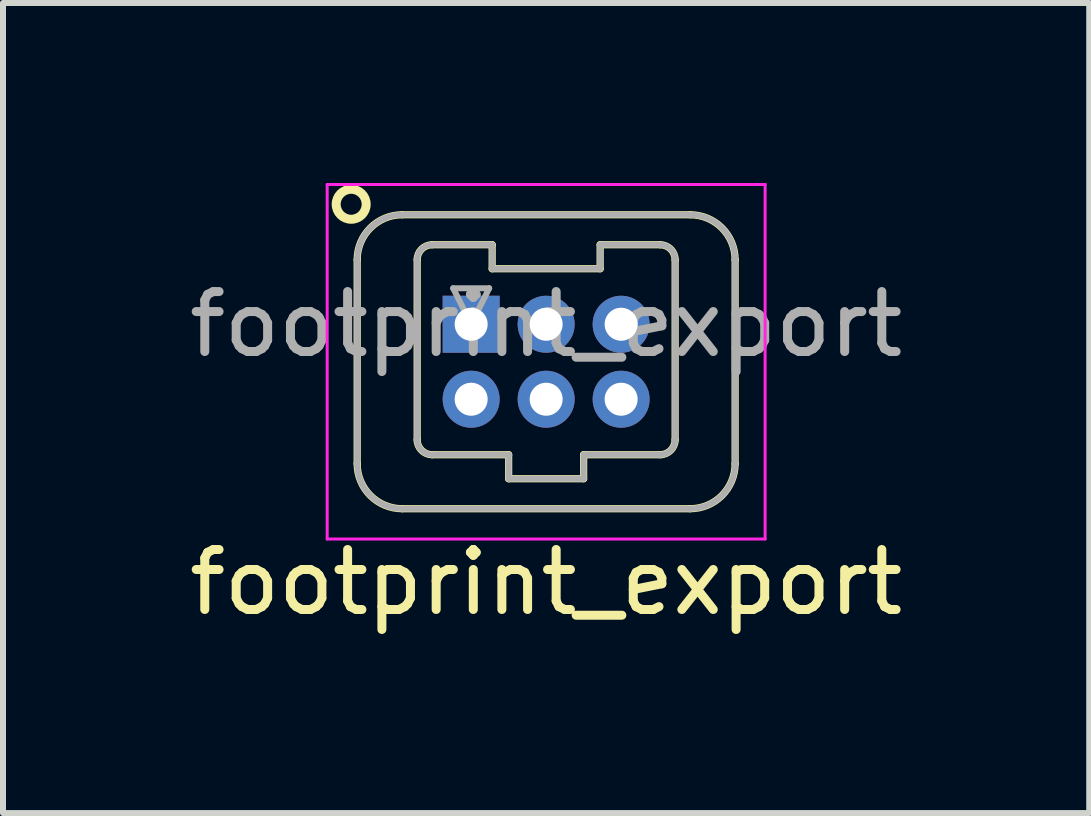
<source format=kicad_pcb>
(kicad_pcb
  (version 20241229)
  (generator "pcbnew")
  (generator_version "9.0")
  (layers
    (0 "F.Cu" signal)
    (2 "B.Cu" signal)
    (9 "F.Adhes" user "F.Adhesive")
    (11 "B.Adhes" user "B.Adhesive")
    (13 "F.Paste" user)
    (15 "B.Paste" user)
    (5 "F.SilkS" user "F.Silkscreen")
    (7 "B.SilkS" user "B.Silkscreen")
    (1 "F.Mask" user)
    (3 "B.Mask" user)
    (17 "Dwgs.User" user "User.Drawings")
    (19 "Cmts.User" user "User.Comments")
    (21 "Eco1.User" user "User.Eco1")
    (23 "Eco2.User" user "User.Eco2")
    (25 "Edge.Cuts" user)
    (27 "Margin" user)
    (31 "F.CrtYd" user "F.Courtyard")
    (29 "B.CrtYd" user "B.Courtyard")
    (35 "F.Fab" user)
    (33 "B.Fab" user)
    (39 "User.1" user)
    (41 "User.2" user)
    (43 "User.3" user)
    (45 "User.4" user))
  (footprint "footprint_export"
    (layer "F.Cu")
    (at 4.804 2.355)
    (property "Reference" "footprint_export" (at 1.25 4.3 0) (layer "F.SilkS") (effects (font (size 1 1) (thickness 0.15))))
    (attr through_hole)
    (fp_line (start -1.9 -1.075) (end -1.9 2.325) (stroke (width 0.12) (type solid)) (layer "F.SilkS"))
    (fp_line (start -1.15 -1.825) (end 3.65 -1.825) (stroke (width 0.12) (type solid)) (layer "F.SilkS"))
    (fp_line (start -1.15 3.075) (end 3.65 3.075) (stroke (width 0.12) (type solid)) (layer "F.SilkS"))
    (fp_line (start -0.9 -1.075) (end -0.9 1.925) (stroke (width 0.12) (type solid)) (layer "F.SilkS"))
    (fp_line (start -0.65 -1.325) (end 0.35 -1.325) (stroke (width 0.12) (type solid)) (layer "F.SilkS"))
    (fp_line (start -0.65 2.175) (end 0.625 2.175) (stroke (width 0.12) (type solid)) (layer "F.SilkS"))
    (fp_line (start 0.35 -1.325) (end 0.35 -0.925) (stroke (width 0.12) (type solid)) (layer "F.SilkS"))
    (fp_line (start 0.35 -0.925) (end 2.15 -0.925) (stroke (width 0.12) (type solid)) (layer "F.SilkS"))
    (fp_line (start 0.625 2.175) (end 0.625 2.575) (stroke (width 0.12) (type solid)) (layer "F.SilkS"))
    (fp_line (start 0.625 2.575) (end 1.875 2.575) (stroke (width 0.12) (type solid)) (layer "F.SilkS"))
    (fp_line (start 1.875 2.175) (end 3.15 2.175) (stroke (width 0.12) (type solid)) (layer "F.SilkS"))
    (fp_line (start 1.875 2.575) (end 1.875 2.175) (stroke (width 0.12) (type solid)) (layer "F.SilkS"))
    (fp_line (start 2.15 -1.325) (end 3.15 -1.325) (stroke (width 0.12) (type solid)) (layer "F.SilkS"))
    (fp_line (start 2.15 -0.925) (end 2.15 -1.325) (stroke (width 0.12) (type solid)) (layer "F.SilkS"))
    (fp_line (start 3.4 -1.075) (end 3.4 1.925) (stroke (width 0.12) (type solid)) (layer "F.SilkS"))
    (fp_line (start 4.4 -1.075) (end 4.4 2.325) (stroke (width 0.12) (type solid)) (layer "F.SilkS"))
    (fp_arc (start -1.9 -1.075) (mid -1.68033 -1.60533) (end -1.15 -1.825) (stroke (width 0.12) (type solid)) (layer "F.SilkS"))
    (fp_arc (start -1.15 3.075) (mid -1.68033 2.85533) (end -1.9 2.325) (stroke (width 0.12) (type solid)) (layer "F.SilkS"))
    (fp_arc (start -0.9 -1.075) (mid -0.826777 -1.251777) (end -0.65 -1.325) (stroke (width 0.12) (type solid)) (layer "F.SilkS"))
    (fp_arc (start -0.65 2.175) (mid -0.826777 2.101777) (end -0.9 1.925) (stroke (width 0.12) (type solid)) (layer "F.SilkS"))
    (fp_arc (start 3.15 -1.325) (mid 3.326777 -1.251777) (end 3.4 -1.075) (stroke (width 0.12) (type solid)) (layer "F.SilkS"))
    (fp_arc (start 3.4 1.925) (mid 3.326777 2.101777) (end 3.15 2.175) (stroke (width 0.12) (type solid)) (layer "F.SilkS"))
    (fp_arc (start 3.65 -1.825) (mid 4.18033 -1.60533) (end 4.4 -1.075) (stroke (width 0.12) (type solid)) (layer "F.SilkS"))
    (fp_arc (start 4.4 2.325) (mid 4.18033 2.85533) (end 3.65 3.075) (stroke (width 0.12) (type solid)) (layer "F.SilkS"))
    (fp_circle (center -2 -2) (end -1.75 -2) (stroke (width 0.15) (type solid)) (fill no) (layer "F.SilkS"))
    (fp_line (start -2.4 -2.33) (end -2.4 3.58) (stroke (width 0.05) (type solid)) (layer "F.CrtYd"))
    (fp_line (start -2.4 3.58) (end 4.9 3.58) (stroke (width 0.05) (type solid)) (layer "F.CrtYd"))
    (fp_line (start 4.9 -2.33) (end -2.4 -2.33) (stroke (width 0.05) (type solid)) (layer "F.CrtYd"))
    (fp_line (start 4.9 3.58) (end 4.9 -2.33) (stroke (width 0.05) (type solid)) (layer "F.CrtYd"))
    (fp_line (start -1.9 -1.075) (end -1.9 2.325) (stroke (width 0.1) (type solid)) (layer "F.Fab"))
    (fp_line (start -1.15 -1.825) (end 3.65 -1.825) (stroke (width 0.1) (type solid)) (layer "F.Fab"))
    (fp_line (start -1.15 3.075) (end 3.65 3.075) (stroke (width 0.1) (type solid)) (layer "F.Fab"))
    (fp_line (start -0.9 -1.075) (end -0.9 1.925) (stroke (width 0.1) (type solid)) (layer "F.Fab"))
    (fp_line (start -0.65 -1.325) (end 0.35 -1.325) (stroke (width 0.1) (type solid)) (layer "F.Fab"))
    (fp_line (start -0.65 2.175) (end 0.625 2.175) (stroke (width 0.1) (type solid)) (layer "F.Fab"))
    (fp_line (start -0.3 -0.6) (end 0.3 -0.6) (stroke (width 0.1) (type solid)) (layer "F.Fab"))
    (fp_line (start 0 0) (end -0.3 -0.6) (stroke (width 0.1) (type solid)) (layer "F.Fab"))
    (fp_line (start 0.3 -0.6) (end 0 0) (stroke (width 0.1) (type solid)) (layer "F.Fab"))
    (fp_line (start 0.35 -1.325) (end 0.35 -0.925) (stroke (width 0.1) (type solid)) (layer "F.Fab"))
    (fp_line (start 0.35 -0.925) (end 2.15 -0.925) (stroke (width 0.1) (type solid)) (layer "F.Fab"))
    (fp_line (start 0.625 2.175) (end 0.625 2.575) (stroke (width 0.1) (type solid)) (layer "F.Fab"))
    (fp_line (start 0.625 2.575) (end 1.875 2.575) (stroke (width 0.1) (type solid)) (layer "F.Fab"))
    (fp_line (start 1.875 2.175) (end 3.15 2.175) (stroke (width 0.1) (type solid)) (layer "F.Fab"))
    (fp_line (start 1.875 2.575) (end 1.875 2.175) (stroke (width 0.1) (type solid)) (layer "F.Fab"))
    (fp_line (start 2.15 -1.325) (end 3.15 -1.325) (stroke (width 0.1) (type solid)) (layer "F.Fab"))
    (fp_line (start 2.15 -0.925) (end 2.15 -1.325) (stroke (width 0.1) (type solid)) (layer "F.Fab"))
    (fp_line (start 3.4 -1.075) (end 3.4 1.925) (stroke (width 0.1) (type solid)) (layer "F.Fab"))
    (fp_line (start 4.4 -1.075) (end 4.4 2.325) (stroke (width 0.1) (type solid)) (layer "F.Fab"))
    (fp_arc (start -1.9 -1.075) (mid -1.68033 -1.60533) (end -1.15 -1.825) (stroke (width 0.1) (type solid)) (layer "F.Fab"))
    (fp_arc (start -1.15 3.075) (mid -1.68033 2.85533) (end -1.9 2.325) (stroke (width 0.1) (type solid)) (layer "F.Fab"))
    (fp_arc (start -0.9 -1.075) (mid -0.826777 -1.251777) (end -0.65 -1.325) (stroke (width 0.1) (type solid)) (layer "F.Fab"))
    (fp_arc (start -0.65 2.175) (mid -0.826777 2.101777) (end -0.9 1.925) (stroke (width 0.1) (type solid)) (layer "F.Fab"))
    (fp_arc (start 3.15 -1.325) (mid 3.326777 -1.251777) (end 3.4 -1.075) (stroke (width 0.1) (type solid)) (layer "F.Fab"))
    (fp_arc (start 3.4 1.925) (mid 3.326777 2.101777) (end 3.15 2.175) (stroke (width 0.1) (type solid)) (layer "F.Fab"))
    (fp_arc (start 3.65 -1.825) (mid 4.18033 -1.60533) (end 4.4 -1.075) (stroke (width 0.1) (type solid)) (layer "F.Fab"))
    (fp_arc (start 4.4 2.325) (mid 4.18033 2.85533) (end 3.65 3.075) (stroke (width 0.1) (type solid)) (layer "F.Fab"))
    (fp_text user "${REFERENCE}" (at 1.25 0 0) (layer "F.Fab") (effects (font (size 1 1) (thickness 0.15))))
    (pad "1" thru_hole rect (at 0 0) (size 0.95 0.95) (drill 0.55) (layers "*.Cu" "*.Mask"))
    (pad "2" thru_hole circle (at 0 1.25) (size 0.95 0.95) (drill 0.55) (layers "*.Cu" "*.Mask"))
    (pad "3" thru_hole circle (at 1.25 0) (size 0.95 0.95) (drill 0.55) (layers "*.Cu" "*.Mask"))
    (pad "4" thru_hole circle (at 1.25 1.25) (size 0.95 0.95) (drill 0.55) (layers "*.Cu" "*.Mask"))
    (pad "5" thru_hole circle (at 2.5 0) (size 0.95 0.95) (drill 0.55) (layers "*.Cu" "*.Mask"))
    (pad "6" thru_hole circle (at 2.5 1.25) (size 0.95 0.95) (drill 0.55) (layers "*.Cu" "*.Mask")))
  (gr_rect
    (start -3 -3)
    (end 15.107 10.503)
    (stroke (width 0.1) (type default))
    (fill no)
    (layer "Edge.Cuts")))
</source>
